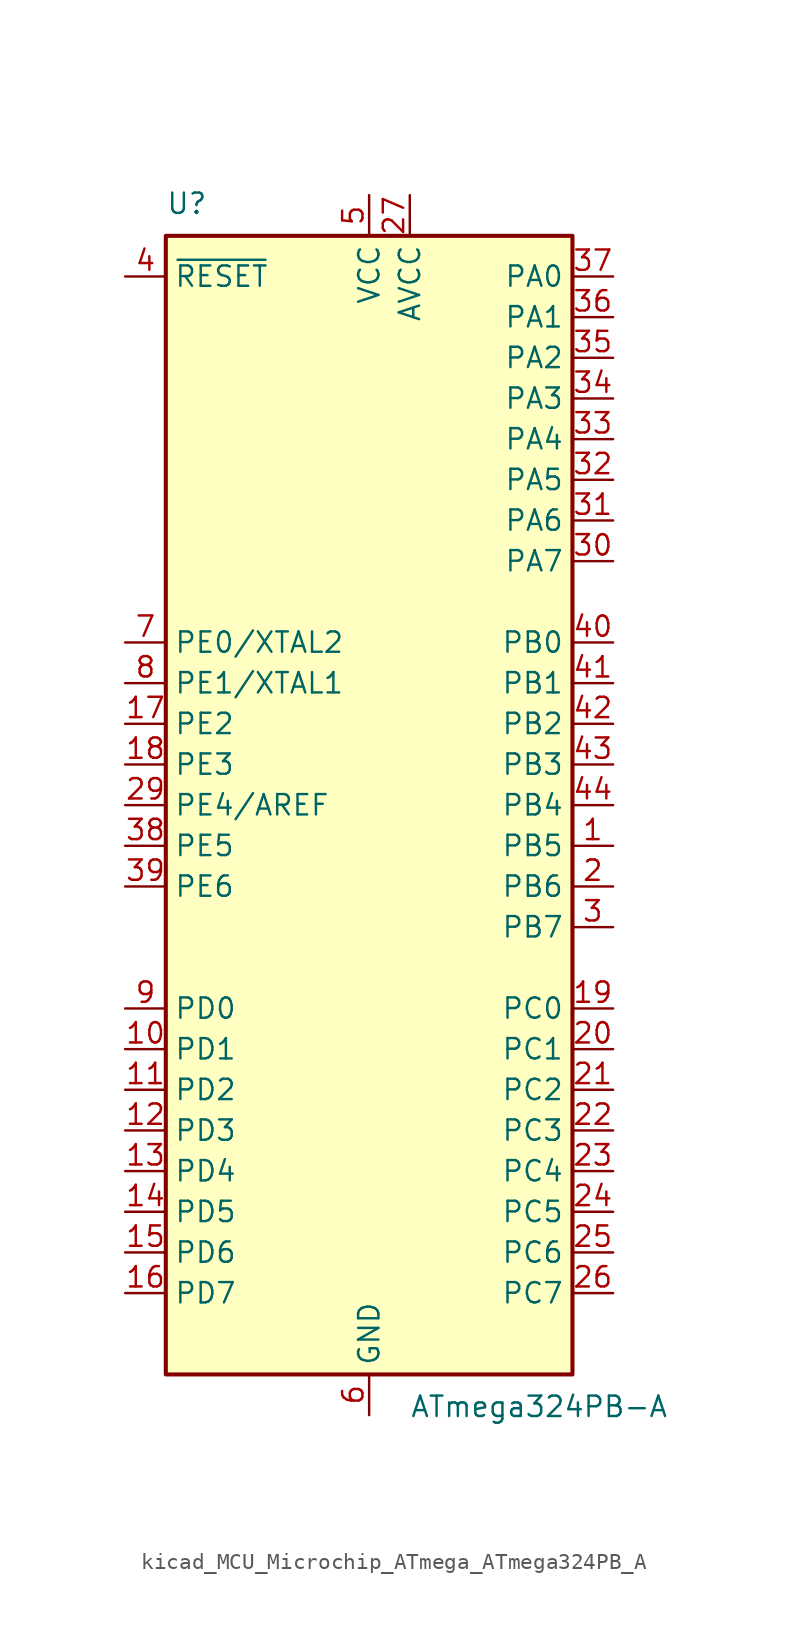
<source format=kicad_sym>
(kicad_symbol_lib
  (version 20220914)
  (generator kicad_symbol_editor)
  (symbol "kicad_MCU_Microchip_ATmega_ATmega324PB_A"
    (property "Reference" "U"
      (at -12.7 36.83 0)
      (effects (font (size 1.27 1.27)) (justify left bottom)))
    (property "Value" "ATmega324PB-A"
      (at 2.54 -36.83 0)
      (effects (font (size 1.27 1.27)) (justify left top)))
    (symbol "kicad_MCU_Microchip_ATmega_ATmega324PB_A_0_1"
      (rectangle (start -12.7 -35.56) (end 12.7 35.56) (stroke (width 0.254) (type default)) (fill (type background))))
    (symbol "kicad_MCU_Microchip_ATmega_ATmega324PB_A_1_1"
      (pin bidirectional line (at 15.24 -2.54 180) (length 2.54) (name "PB5" (effects (font (size 1.27 1.27)))) (number "1" (effects (font (size 1.27 1.27)))))
      (pin bidirectional line (at -15.24 -15.24 0) (length 2.54) (name "PD1" (effects (font (size 1.27 1.27)))) (number "10" (effects (font (size 1.27 1.27)))))
      (pin bidirectional line (at -15.24 -17.78 0) (length 2.54) (name "PD2" (effects (font (size 1.27 1.27)))) (number "11" (effects (font (size 1.27 1.27)))))
      (pin bidirectional line (at -15.24 -20.32 0) (length 2.54) (name "PD3" (effects (font (size 1.27 1.27)))) (number "12" (effects (font (size 1.27 1.27)))))
      (pin bidirectional line (at -15.24 -22.86 0) (length 2.54) (name "PD4" (effects (font (size 1.27 1.27)))) (number "13" (effects (font (size 1.27 1.27)))))
      (pin bidirectional line (at -15.24 -25.4 0) (length 2.54) (name "PD5" (effects (font (size 1.27 1.27)))) (number "14" (effects (font (size 1.27 1.27)))))
      (pin bidirectional line (at -15.24 -27.94 0) (length 2.54) (name "PD6" (effects (font (size 1.27 1.27)))) (number "15" (effects (font (size 1.27 1.27)))))
      (pin bidirectional line (at -15.24 -30.48 0) (length 2.54) (name "PD7" (effects (font (size 1.27 1.27)))) (number "16" (effects (font (size 1.27 1.27)))))
      (pin bidirectional line (at -15.24 5.08 0) (length 2.54) (name "PE2" (effects (font (size 1.27 1.27)))) (number "17" (effects (font (size 1.27 1.27)))))
      (pin bidirectional line (at -15.24 2.54 0) (length 2.54) (name "PE3" (effects (font (size 1.27 1.27)))) (number "18" (effects (font (size 1.27 1.27)))))
      (pin bidirectional line (at 15.24 -12.7 180) (length 2.54) (name "PC0" (effects (font (size 1.27 1.27)))) (number "19" (effects (font (size 1.27 1.27)))))
      (pin bidirectional line (at 15.24 -5.08 180) (length 2.54) (name "PB6" (effects (font (size 1.27 1.27)))) (number "2" (effects (font (size 1.27 1.27)))))
      (pin bidirectional line (at 15.24 -15.24 180) (length 2.54) (name "PC1" (effects (font (size 1.27 1.27)))) (number "20" (effects (font (size 1.27 1.27)))))
      (pin bidirectional line (at 15.24 -17.78 180) (length 2.54) (name "PC2" (effects (font (size 1.27 1.27)))) (number "21" (effects (font (size 1.27 1.27)))))
      (pin bidirectional line (at 15.24 -20.32 180) (length 2.54) (name "PC3" (effects (font (size 1.27 1.27)))) (number "22" (effects (font (size 1.27 1.27)))))
      (pin bidirectional line (at 15.24 -22.86 180) (length 2.54) (name "PC4" (effects (font (size 1.27 1.27)))) (number "23" (effects (font (size 1.27 1.27)))))
      (pin bidirectional line (at 15.24 -25.4 180) (length 2.54) (name "PC5" (effects (font (size 1.27 1.27)))) (number "24" (effects (font (size 1.27 1.27)))))
      (pin bidirectional line (at 15.24 -27.94 180) (length 2.54) (name "PC6" (effects (font (size 1.27 1.27)))) (number "25" (effects (font (size 1.27 1.27)))))
      (pin bidirectional line (at 15.24 -30.48 180) (length 2.54) (name "PC7" (effects (font (size 1.27 1.27)))) (number "26" (effects (font (size 1.27 1.27)))))
      (pin power_in line (at 2.54 38.1 270) (length 2.54) (name "AVCC" (effects (font (size 1.27 1.27)))) (number "27" (effects (font (size 1.27 1.27)))))
      (pin passive line (at 0 -38.1 90) (length 2.54) hide (name "GND" (effects (font (size 1.27 1.27)))) (number "28" (effects (font (size 1.27 1.27)))))
      (pin bidirectional line (at -15.24 0 0) (length 2.54) (name "PE4/AREF" (effects (font (size 1.27 1.27)))) (number "29" (effects (font (size 1.27 1.27)))))
      (pin bidirectional line (at 15.24 -7.62 180) (length 2.54) (name "PB7" (effects (font (size 1.27 1.27)))) (number "3" (effects (font (size 1.27 1.27)))))
      (pin bidirectional line (at 15.24 15.24 180) (length 2.54) (name "PA7" (effects (font (size 1.27 1.27)))) (number "30" (effects (font (size 1.27 1.27)))))
      (pin bidirectional line (at 15.24 17.78 180) (length 2.54) (name "PA6" (effects (font (size 1.27 1.27)))) (number "31" (effects (font (size 1.27 1.27)))))
      (pin bidirectional line (at 15.24 20.32 180) (length 2.54) (name "PA5" (effects (font (size 1.27 1.27)))) (number "32" (effects (font (size 1.27 1.27)))))
      (pin bidirectional line (at 15.24 22.86 180) (length 2.54) (name "PA4" (effects (font (size 1.27 1.27)))) (number "33" (effects (font (size 1.27 1.27)))))
      (pin bidirectional line (at 15.24 25.4 180) (length 2.54) (name "PA3" (effects (font (size 1.27 1.27)))) (number "34" (effects (font (size 1.27 1.27)))))
      (pin bidirectional line (at 15.24 27.94 180) (length 2.54) (name "PA2" (effects (font (size 1.27 1.27)))) (number "35" (effects (font (size 1.27 1.27)))))
      (pin bidirectional line (at 15.24 30.48 180) (length 2.54) (name "PA1" (effects (font (size 1.27 1.27)))) (number "36" (effects (font (size 1.27 1.27)))))
      (pin bidirectional line (at 15.24 33.02 180) (length 2.54) (name "PA0" (effects (font (size 1.27 1.27)))) (number "37" (effects (font (size 1.27 1.27)))))
      (pin bidirectional line (at -15.24 -2.54 0) (length 2.54) (name "PE5" (effects (font (size 1.27 1.27)))) (number "38" (effects (font (size 1.27 1.27)))))
      (pin bidirectional line (at -15.24 -5.08 0) (length 2.54) (name "PE6" (effects (font (size 1.27 1.27)))) (number "39" (effects (font (size 1.27 1.27)))))
      (pin input line (at -15.24 33.02 0) (length 2.54) (name "~{RESET}" (effects (font (size 1.27 1.27)))) (number "4" (effects (font (size 1.27 1.27)))))
      (pin bidirectional line (at 15.24 10.16 180) (length 2.54) (name "PB0" (effects (font (size 1.27 1.27)))) (number "40" (effects (font (size 1.27 1.27)))))
      (pin bidirectional line (at 15.24 7.62 180) (length 2.54) (name "PB1" (effects (font (size 1.27 1.27)))) (number "41" (effects (font (size 1.27 1.27)))))
      (pin bidirectional line (at 15.24 5.08 180) (length 2.54) (name "PB2" (effects (font (size 1.27 1.27)))) (number "42" (effects (font (size 1.27 1.27)))))
      (pin bidirectional line (at 15.24 2.54 180) (length 2.54) (name "PB3" (effects (font (size 1.27 1.27)))) (number "43" (effects (font (size 1.27 1.27)))))
      (pin bidirectional line (at 15.24 0 180) (length 2.54) (name "PB4" (effects (font (size 1.27 1.27)))) (number "44" (effects (font (size 1.27 1.27)))))
      (pin power_in line (at 0 38.1 270) (length 2.54) (name "VCC" (effects (font (size 1.27 1.27)))) (number "5" (effects (font (size 1.27 1.27)))))
      (pin power_in line (at 0 -38.1 90) (length 2.54) (name "GND" (effects (font (size 1.27 1.27)))) (number "6" (effects (font (size 1.27 1.27)))))
      (pin bidirectional line (at -15.24 10.16 0) (length 2.54) (name "PE0/XTAL2" (effects (font (size 1.27 1.27)))) (number "7" (effects (font (size 1.27 1.27)))))
      (pin bidirectional line (at -15.24 7.62 0) (length 2.54) (name "PE1/XTAL1" (effects (font (size 1.27 1.27)))) (number "8" (effects (font (size 1.27 1.27)))))
      (pin bidirectional line (at -15.24 -12.7 0) (length 2.54) (name "PD0" (effects (font (size 1.27 1.27)))) (number "9" (effects (font (size 1.27 1.27))))))))
</source>
